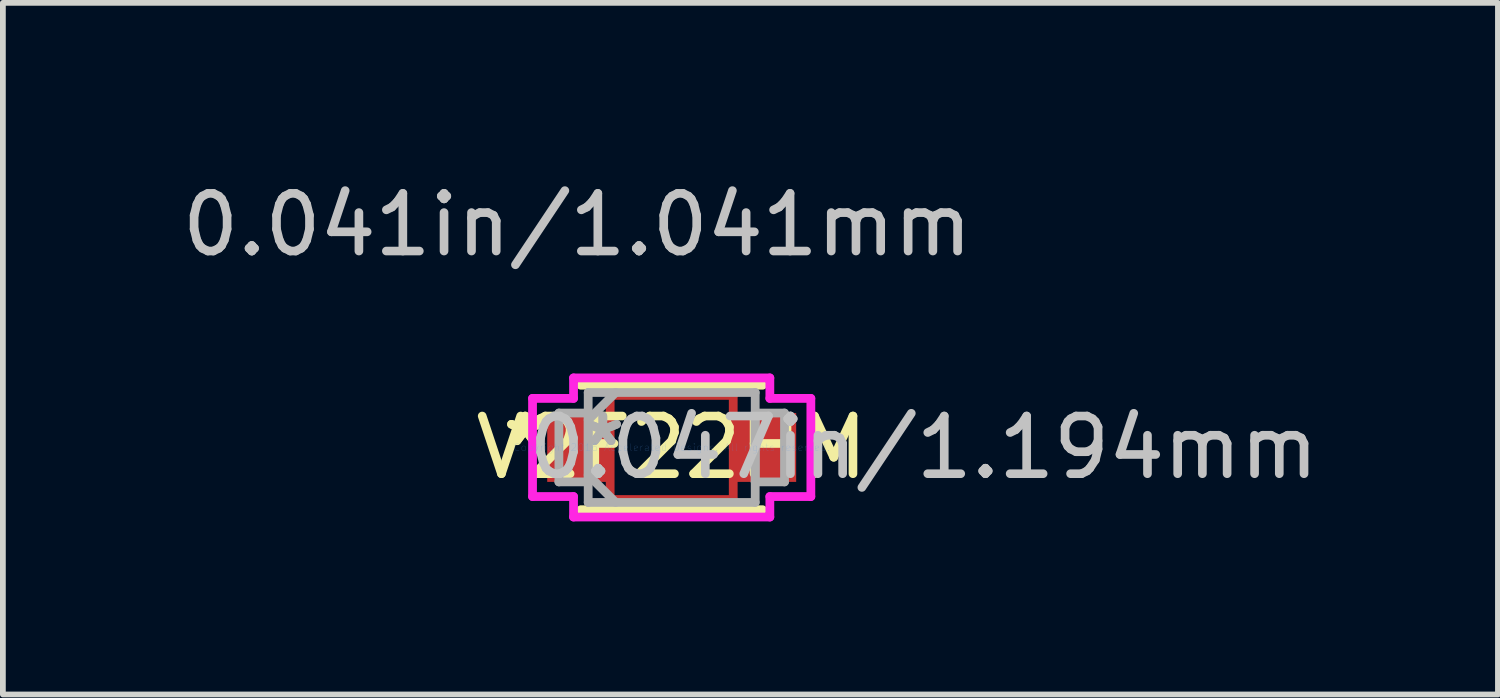
<source format=kicad_pcb>
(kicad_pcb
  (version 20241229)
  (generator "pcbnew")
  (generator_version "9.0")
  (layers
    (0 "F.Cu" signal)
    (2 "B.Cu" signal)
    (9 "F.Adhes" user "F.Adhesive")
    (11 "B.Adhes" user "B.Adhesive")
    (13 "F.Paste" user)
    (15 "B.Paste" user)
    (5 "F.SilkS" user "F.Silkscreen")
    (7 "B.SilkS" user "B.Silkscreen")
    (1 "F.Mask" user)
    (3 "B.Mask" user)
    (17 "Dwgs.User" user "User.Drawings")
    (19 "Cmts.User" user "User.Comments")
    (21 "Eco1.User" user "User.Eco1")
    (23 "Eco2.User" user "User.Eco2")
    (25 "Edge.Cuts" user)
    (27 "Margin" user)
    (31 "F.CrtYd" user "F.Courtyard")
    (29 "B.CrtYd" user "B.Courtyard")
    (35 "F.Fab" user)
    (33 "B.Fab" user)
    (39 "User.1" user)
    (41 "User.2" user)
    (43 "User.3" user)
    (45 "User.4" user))
  (footprint "V2F22HM"
    (layer "F.Cu")
    (at 8.597 4.709)
    (property "Reference" "V2F22HM" (at 0 0 0) (layer "F.SilkS") (effects (font (size 1 1) (thickness 0.15))))
    (attr through_hole)
    (fp_line (start -1.067 -0.902) (end 1.067 -0.902) (stroke (width 0.152) (type solid)) (layer "F.Cu"))
    (fp_line (start -1.067 0.902) (end -1.067 -0.902) (stroke (width 0.152) (type solid)) (layer "F.Cu"))
    (fp_line (start 1.067 -0.902) (end 1.067 0.902) (stroke (width 0.152) (type solid)) (layer "F.Cu"))
    (fp_line (start 1.067 0.902) (end -1.067 0.902) (stroke (width 0.152) (type solid)) (layer "F.Cu"))
    (fp_line (start -1.575 1.079) (end 1.575 1.079) (stroke (width 0.152) (type solid)) (layer "F.SilkS"))
    (fp_line (start 1.575 -1.079) (end -1.575 -1.079) (stroke (width 0.152) (type solid)) (layer "F.SilkS"))
    (fp_line (start -2.413 -0.851) (end -1.702 -0.851) (stroke (width 0.152) (type solid)) (layer "F.CrtYd"))
    (fp_line (start -2.413 0.851) (end -2.413 -0.851) (stroke (width 0.152) (type solid)) (layer "F.CrtYd"))
    (fp_line (start -1.702 -1.206) (end 1.702 -1.206) (stroke (width 0.152) (type solid)) (layer "F.CrtYd"))
    (fp_line (start -1.702 -0.851) (end -1.702 -1.206) (stroke (width 0.152) (type solid)) (layer "F.CrtYd"))
    (fp_line (start -1.702 0.851) (end -2.413 0.851) (stroke (width 0.152) (type solid)) (layer "F.CrtYd"))
    (fp_line (start -1.702 1.206) (end -1.702 0.851) (stroke (width 0.152) (type solid)) (layer "F.CrtYd"))
    (fp_line (start 1.702 -1.206) (end 1.702 -0.851) (stroke (width 0.152) (type solid)) (layer "F.CrtYd"))
    (fp_line (start 1.702 -0.851) (end 2.413 -0.851) (stroke (width 0.152) (type solid)) (layer "F.CrtYd"))
    (fp_line (start 1.702 0.851) (end 1.702 1.206) (stroke (width 0.152) (type solid)) (layer "F.CrtYd"))
    (fp_line (start 1.702 1.206) (end -1.702 1.206) (stroke (width 0.152) (type solid)) (layer "F.CrtYd"))
    (fp_line (start 2.413 -0.851) (end 2.413 0.851) (stroke (width 0.152) (type solid)) (layer "F.CrtYd"))
    (fp_line (start 2.413 0.851) (end 1.702 0.851) (stroke (width 0.152) (type solid)) (layer "F.CrtYd"))
    (fp_line (start -1.956 -0.597) (end -1.956 0.597) (stroke (width 0.152) (type solid)) (layer "F.Fab"))
    (fp_line (start -1.956 0.597) (end -1.448 0.597) (stroke (width 0.152) (type solid)) (layer "F.Fab"))
    (fp_line (start -1.448 -0.953) (end -1.448 0.953) (stroke (width 0.152) (type solid)) (layer "F.Fab"))
    (fp_line (start -1.448 -0.597) (end -1.956 -0.597) (stroke (width 0.152) (type solid)) (layer "F.Fab"))
    (fp_line (start -1.448 -0.476) (end -0.972 -0.953) (stroke (width 0.152) (type solid)) (layer "F.Fab"))
    (fp_line (start -1.448 0.476) (end -0.972 0.953) (stroke (width 0.152) (type solid)) (layer "F.Fab"))
    (fp_line (start -1.448 0.597) (end -1.448 -0.597) (stroke (width 0.152) (type solid)) (layer "F.Fab"))
    (fp_line (start -1.448 0.953) (end 1.448 0.953) (stroke (width 0.152) (type solid)) (layer "F.Fab"))
    (fp_line (start 1.448 -0.953) (end -1.448 -0.953) (stroke (width 0.152) (type solid)) (layer "F.Fab"))
    (fp_line (start 1.448 -0.597) (end 1.448 0.597) (stroke (width 0.152) (type solid)) (layer "F.Fab"))
    (fp_line (start 1.448 0.597) (end 1.956 0.597) (stroke (width 0.152) (type solid)) (layer "F.Fab"))
    (fp_line (start 1.448 0.953) (end 1.448 -0.953) (stroke (width 0.152) (type solid)) (layer "F.Fab"))
    (fp_line (start 1.956 -0.597) (end 1.448 -0.597) (stroke (width 0.152) (type solid)) (layer "F.Fab"))
    (fp_line (start 1.956 0.597) (end 1.956 -0.597) (stroke (width 0.152) (type solid)) (layer "F.Fab"))
    (fp_text user "*" (at -2.54 0 0) (layer "F.SilkS") (effects (font (size 1 1) (thickness 0.15))))
    (fp_text user "*" (at -2.54 0 0) (layer "F.SilkS") (effects (font (size 1 1) (thickness 0.15))))
    (fp_text user "0.047in/1.194mm" (at 4.369 0 0) (layer "Dwgs.User") (effects (font (size 1 1) (thickness 0.15))))
    (fp_text user "0.041in/1.041mm" (at -1.638 -3.861 0) (layer "Dwgs.User") (effects (font (size 1 1) (thickness 0.15))))
    (fp_text user "Copyright 2016 Accelerated Designs. All rights reserved." (at 0 0 0) (layer "Cmts.User") (effects (font (size 0.127 0.127) (thickness 0.002))))
    (fp_text user "*" (at -1.194 0 0) (layer "F.Fab") (effects (font (size 1 1) (thickness 0.15))))
    (fp_text user "*" (at -1.194 0 0) (layer "F.Fab") (effects (font (size 1 1) (thickness 0.15))))
    (pad "1" smd rect (at -1.638 0) (size 1.041 1.194) (layers "F.Cu" "F.Mask" "F.Paste"))
    (pad "2" smd rect (at 1.638 0) (size 1.041 1.194) (layers "F.Cu" "F.Mask" "F.Paste")))
  (gr_rect
    (start -3 -3)
    (end 22.924 8.992)
    (stroke (width 0.1) (type default))
    (fill no)
    (layer "Edge.Cuts")))
</source>
